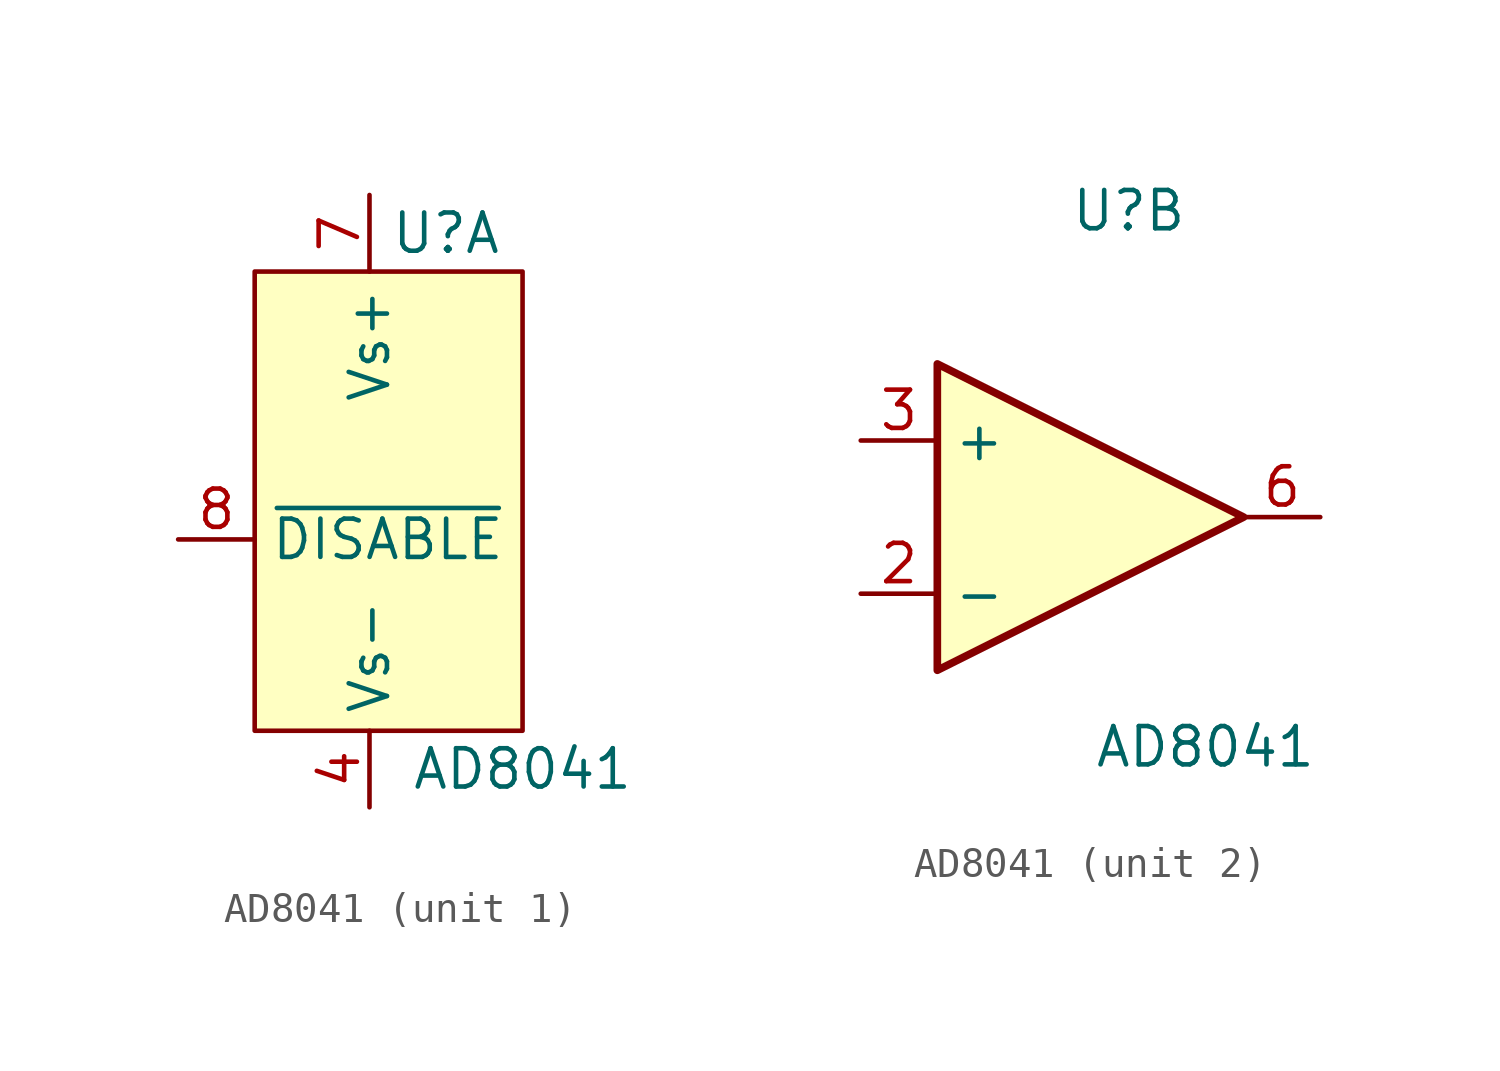
<source format=kicad_sym>
(kicad_symbol_lib
  (version 20211014)
  (generator kicad_symbol_editor)
  (symbol "AD8041"
    (property "Reference" "U"
      (at 2.54 10.16 0)
      (effects (font (size 1.27 1.27))))
    (property "Value" "AD8041"
      (at 5.08 -7.62 0)
      (effects (font (size 1.27 1.27))))
    (property "ki_locked" ""
      (at 0 0 0)
      (effects (font (size 1.27 1.27))))
    (symbol "AD8041_1_1"
      (rectangle (start -3.81 8.89) (end 5.08 -6.35) (stroke (width 0) (type default) (color 0 0 0 0)) (fill (type background)))
      (pin no_connect line (at -1.27 2.54 90) (length 2.54) hide (name "NC" (effects (font (size 1.27 1.27)))) (number "1" (effects (font (size 1.27 1.27)))))
      (pin passive line (at 0 -8.89 90) (length 2.54) (name "Vs-" (effects (font (size 1.27 1.27)))) (number "4" (effects (font (size 1.27 1.27)))))
      (pin no_connect line (at 0 2.54 90) (length 2.54) hide (name "NC" (effects (font (size 1.27 1.27)))) (number "5" (effects (font (size 1.27 1.27)))))
      (pin passive line (at 0 11.43 270) (length 2.54) (name "Vs+" (effects (font (size 1.27 1.27)))) (number "7" (effects (font (size 1.27 1.27)))))
      (pin passive line (at -6.35 0 0) (length 2.54) (name "~{DISABLE}" (effects (font (size 1.27 1.27)))) (number "8" (effects (font (size 1.27 1.27))))))
    (symbol "AD8041_2_1"
      (polyline (pts (xy -3.81 5.08) (xy 6.35 0) (xy -3.81 -5.08) (xy -3.81 5.08)) (stroke (width 0.254) (type default) (color 0 0 0 0)) (fill (type background)))
      (pin input line (at -6.35 -2.54 0) (length 2.54) (name "-" (effects (font (size 1.27 1.27)))) (number "2" (effects (font (size 1.27 1.27)))))
      (pin input line (at -6.35 2.54 0) (length 2.54) (name "+" (effects (font (size 1.27 1.27)))) (number "3" (effects (font (size 1.27 1.27)))))
      (pin output line (at 8.89 0 180) (length 2.54) (name "" (effects (font (size 1.27 1.27)))) (number "6" (effects (font (size 1.27 1.27))))))))
</source>
